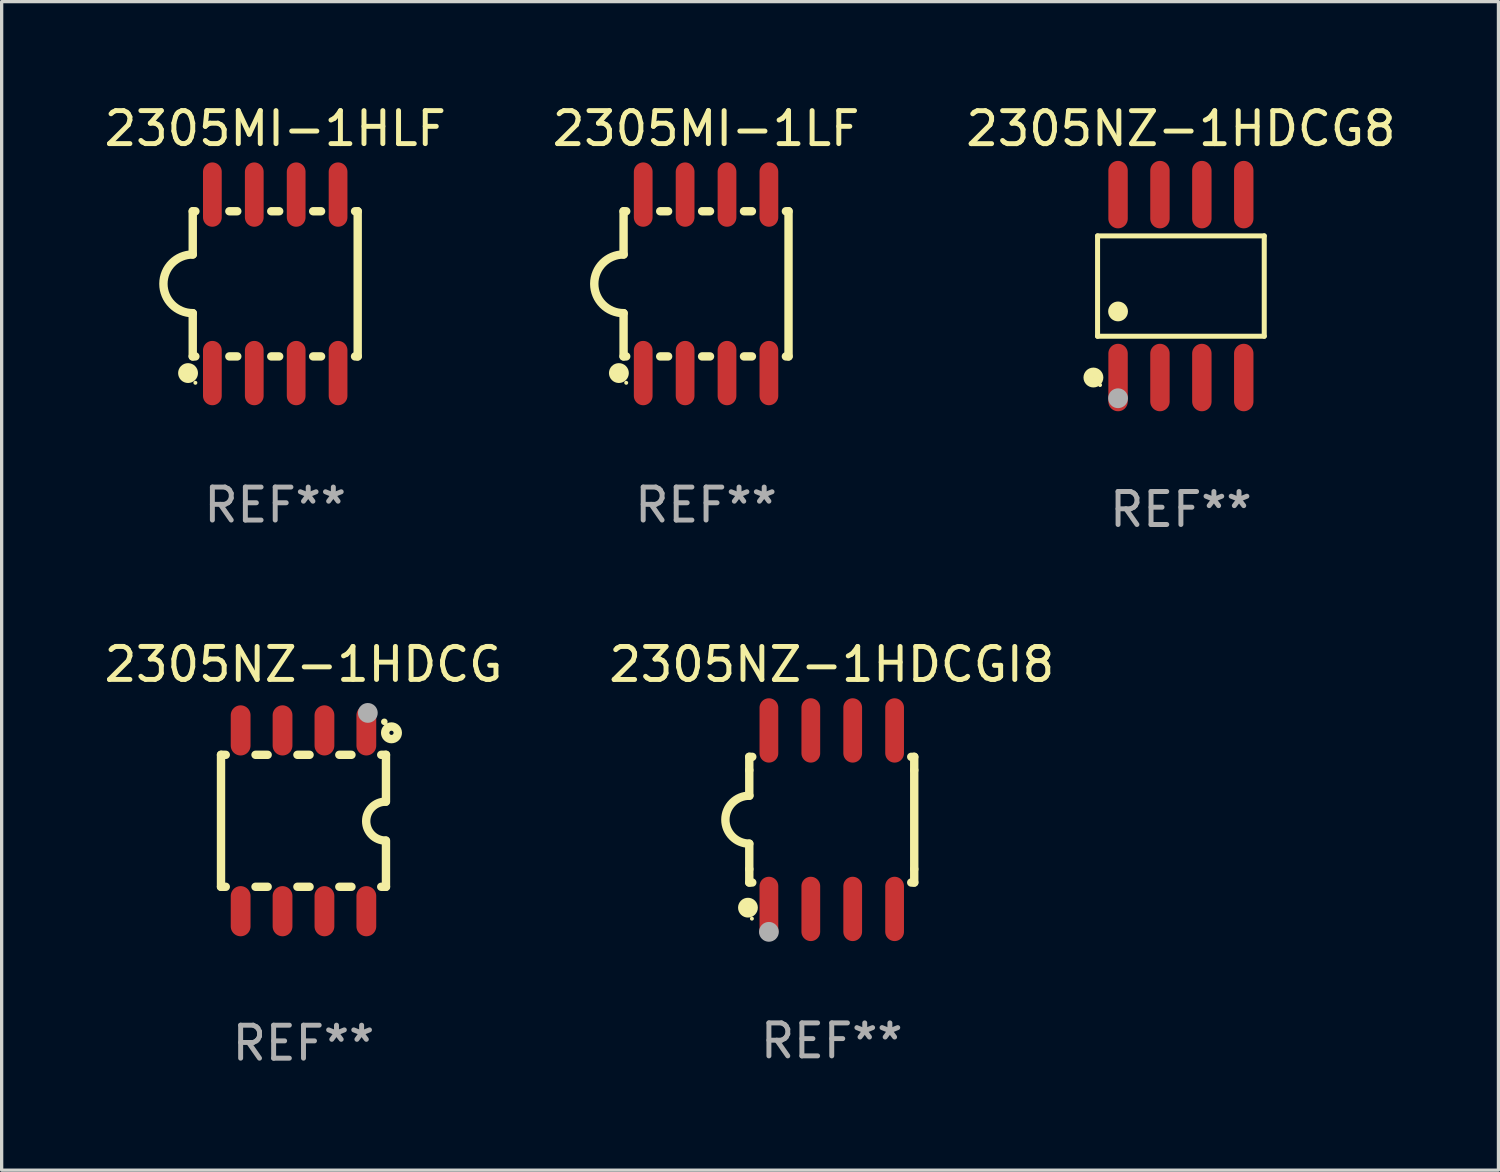
<source format=kicad_pcb>
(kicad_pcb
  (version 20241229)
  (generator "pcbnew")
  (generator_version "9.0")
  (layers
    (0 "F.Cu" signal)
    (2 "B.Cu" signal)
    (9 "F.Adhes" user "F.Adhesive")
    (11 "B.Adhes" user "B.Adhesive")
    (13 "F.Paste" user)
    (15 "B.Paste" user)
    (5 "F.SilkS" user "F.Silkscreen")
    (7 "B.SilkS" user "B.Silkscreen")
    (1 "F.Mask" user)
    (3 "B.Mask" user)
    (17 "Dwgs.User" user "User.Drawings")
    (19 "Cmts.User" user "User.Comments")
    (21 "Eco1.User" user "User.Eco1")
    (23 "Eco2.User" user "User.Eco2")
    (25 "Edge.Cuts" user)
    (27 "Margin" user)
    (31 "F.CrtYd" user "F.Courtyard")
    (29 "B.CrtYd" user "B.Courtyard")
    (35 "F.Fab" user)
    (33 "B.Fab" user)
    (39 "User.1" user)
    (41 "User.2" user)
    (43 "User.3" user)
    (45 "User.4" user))
  (footprint "2305NZ-1HDCG8"
    (layer "F.Cu")
    (at 32.744 5.621)
    (property "Reference" "2305NZ-1HDCG8" (at 0 -4.772 0) (layer "F.SilkS") (effects (font (size 1 1) (thickness 0.15))))
    (attr through_hole)
    (fp_line (start -2.526 -1.521) (end 2.526 -1.521) (stroke (width 0.152) (type solid)) (layer "F.SilkS"))
    (fp_line (start -2.526 1.521) (end -2.526 -1.521) (stroke (width 0.152) (type solid)) (layer "F.SilkS"))
    (fp_line (start 2.526 -1.521) (end 2.526 1.521) (stroke (width 0.152) (type solid)) (layer "F.SilkS"))
    (fp_line (start 2.526 1.521) (end -2.526 1.521) (stroke (width 0.152) (type solid)) (layer "F.SilkS"))
    (fp_circle (center -2.652 2.772) (end -2.501 2.772) (stroke (width 0.3) (type solid)) (fill no) (layer "F.SilkS"))
    (fp_circle (center -2.45 3) (end -2.42 3) (stroke (width 0.06) (type solid)) (fill no) (layer "F.SilkS"))
    (fp_circle (center -1.905 0.769) (end -1.755 0.769) (stroke (width 0.3) (type solid)) (fill no) (layer "F.SilkS"))
    (fp_circle (center -1.905 3.4) (end -1.755 3.4) (stroke (width 0.3) (type solid)) (fill no) (layer "F.Fab"))
    (fp_text user "REF**" (at 0 6.772 0) (layer "F.Fab") (effects (font (size 1 1) (thickness 0.15))))
    (pad "1" smd oval (at -1.905 2.772) (size 0.588 2.045) (layers "F.Cu" "F.Mask" "F.Paste"))
    (pad "2" smd oval (at -0.635 2.772) (size 0.588 2.045) (layers "F.Cu" "F.Mask" "F.Paste"))
    (pad "3" smd oval (at 0.635 2.772) (size 0.588 2.045) (layers "F.Cu" "F.Mask" "F.Paste"))
    (pad "4" smd oval (at 1.905 2.772) (size 0.588 2.045) (layers "F.Cu" "F.Mask" "F.Paste"))
    (pad "5" smd oval (at 1.905 -2.772) (size 0.588 2.045) (layers "F.Cu" "F.Mask" "F.Paste"))
    (pad "6" smd oval (at 0.635 -2.772) (size 0.588 2.045) (layers "F.Cu" "F.Mask" "F.Paste"))
    (pad "7" smd oval (at -0.635 -2.772) (size 0.588 2.045) (layers "F.Cu" "F.Mask" "F.Paste"))
    (pad "8" smd oval (at -1.905 -2.772) (size 0.588 2.045) (layers "F.Cu" "F.Mask" "F.Paste")))
  (footprint "2305MI-1HLF"
    (layer "F.Cu")
    (at 5.292 5.553)
    (property "Reference" "2305MI-1HLF" (at 0 -4.705 0) (layer "F.SilkS") (effects (font (size 1 1) (thickness 0.15))))
    (attr through_hole)
    (fp_line (start -2.5 -2.2) (end -2.5 -0.889) (stroke (width 0.254) (type solid)) (layer "F.SilkS"))
    (fp_line (start -2.5 2.2) (end -2.5 0.889) (stroke (width 0.254) (type solid)) (layer "F.SilkS"))
    (fp_line (start -2.42 -2.2) (end -2.5 -2.2) (stroke (width 0.254) (type solid)) (layer "F.SilkS"))
    (fp_line (start -2.42 2.2) (end -2.5 2.2) (stroke (width 0.254) (type solid)) (layer "F.SilkS"))
    (fp_line (start -1.15 -2.2) (end -1.39 -2.2) (stroke (width 0.254) (type solid)) (layer "F.SilkS"))
    (fp_line (start -1.15 2.2) (end -1.39 2.2) (stroke (width 0.254) (type solid)) (layer "F.SilkS"))
    (fp_line (start 0.12 -2.2) (end -0.12 -2.2) (stroke (width 0.254) (type solid)) (layer "F.SilkS"))
    (fp_line (start 0.12 2.2) (end -0.12 2.2) (stroke (width 0.254) (type solid)) (layer "F.SilkS"))
    (fp_line (start 1.39 -2.2) (end 1.15 -2.2) (stroke (width 0.254) (type solid)) (layer "F.SilkS"))
    (fp_line (start 1.39 2.2) (end 1.15 2.2) (stroke (width 0.254) (type solid)) (layer "F.SilkS"))
    (fp_line (start 2.5 -2.2) (end 2.42 -2.2) (stroke (width 0.254) (type solid)) (layer "F.SilkS"))
    (fp_line (start 2.5 -2.2) (end 2.5 2.2) (stroke (width 0.254) (type solid)) (layer "F.SilkS"))
    (fp_line (start 2.5 2.2) (end 2.42 2.2) (stroke (width 0.254) (type solid)) (layer "F.SilkS"))
    (fp_arc (start -2.5 0.889002) (mid -3.388367 -0.000318) (end -2.499365 -0.889002) (stroke (width 0.254001) (type solid)) (layer "F.SilkS"))
    (fp_circle (center -2.642 2.705) (end -2.491 2.705) (stroke (width 0.3) (type solid)) (fill no) (layer "F.SilkS"))
    (fp_circle (center -2.42 3) (end -2.39 3) (stroke (width 0.06) (type solid)) (fill no) (layer "F.SilkS"))
    (fp_text user "REF**" (at 0 6.705 0) (layer "F.Fab") (effects (font (size 1 1) (thickness 0.15))))
    (pad "1" smd oval (at -1.905 2.705) (size 0.568 1.95) (layers "F.Cu" "F.Mask" "F.Paste"))
    (pad "2" smd oval (at -0.635 2.705) (size 0.568 1.95) (layers "F.Cu" "F.Mask" "F.Paste"))
    (pad "3" smd oval (at 0.635 2.705) (size 0.568 1.95) (layers "F.Cu" "F.Mask" "F.Paste"))
    (pad "4" smd oval (at 1.905 2.705) (size 0.568 1.95) (layers "F.Cu" "F.Mask" "F.Paste"))
    (pad "5" smd oval (at 1.905 -2.705) (size 0.568 1.95) (layers "F.Cu" "F.Mask" "F.Paste"))
    (pad "6" smd oval (at 0.635 -2.705) (size 0.568 1.95) (layers "F.Cu" "F.Mask" "F.Paste"))
    (pad "7" smd oval (at -0.635 -2.705) (size 0.568 1.95) (layers "F.Cu" "F.Mask" "F.Paste"))
    (pad "8" smd oval (at -1.905 -2.705) (size 0.568 1.95) (layers "F.Cu" "F.Mask" "F.Paste")))
  (footprint "2305MI-1LF"
    (layer "F.Cu")
    (at 18.351 5.553)
    (property "Reference" "2305MI-1LF" (at 0 -4.705 0) (layer "F.SilkS") (effects (font (size 1 1) (thickness 0.15))))
    (attr through_hole)
    (fp_line (start -2.5 -2.2) (end -2.5 -0.889) (stroke (width 0.254) (type solid)) (layer "F.SilkS"))
    (fp_line (start -2.5 2.2) (end -2.5 0.889) (stroke (width 0.254) (type solid)) (layer "F.SilkS"))
    (fp_line (start -2.42 -2.2) (end -2.5 -2.2) (stroke (width 0.254) (type solid)) (layer "F.SilkS"))
    (fp_line (start -2.42 2.2) (end -2.5 2.2) (stroke (width 0.254) (type solid)) (layer "F.SilkS"))
    (fp_line (start -1.15 -2.2) (end -1.39 -2.2) (stroke (width 0.254) (type solid)) (layer "F.SilkS"))
    (fp_line (start -1.15 2.2) (end -1.39 2.2) (stroke (width 0.254) (type solid)) (layer "F.SilkS"))
    (fp_line (start 0.12 -2.2) (end -0.12 -2.2) (stroke (width 0.254) (type solid)) (layer "F.SilkS"))
    (fp_line (start 0.12 2.2) (end -0.12 2.2) (stroke (width 0.254) (type solid)) (layer "F.SilkS"))
    (fp_line (start 1.39 -2.2) (end 1.15 -2.2) (stroke (width 0.254) (type solid)) (layer "F.SilkS"))
    (fp_line (start 1.39 2.2) (end 1.15 2.2) (stroke (width 0.254) (type solid)) (layer "F.SilkS"))
    (fp_line (start 2.5 -2.2) (end 2.42 -2.2) (stroke (width 0.254) (type solid)) (layer "F.SilkS"))
    (fp_line (start 2.5 -2.2) (end 2.5 2.2) (stroke (width 0.254) (type solid)) (layer "F.SilkS"))
    (fp_line (start 2.5 2.2) (end 2.42 2.2) (stroke (width 0.254) (type solid)) (layer "F.SilkS"))
    (fp_arc (start -2.5 0.889002) (mid -3.388367 -0.000318) (end -2.499365 -0.889002) (stroke (width 0.254001) (type solid)) (layer "F.SilkS"))
    (fp_circle (center -2.642 2.705) (end -2.491 2.705) (stroke (width 0.3) (type solid)) (fill no) (layer "F.SilkS"))
    (fp_circle (center -2.42 3) (end -2.39 3) (stroke (width 0.06) (type solid)) (fill no) (layer "F.SilkS"))
    (fp_text user "REF**" (at 0 6.705 0) (layer "F.Fab") (effects (font (size 1 1) (thickness 0.15))))
    (pad "1" smd oval (at -1.905 2.705) (size 0.568 1.95) (layers "F.Cu" "F.Mask" "F.Paste"))
    (pad "2" smd oval (at -0.635 2.705) (size 0.568 1.95) (layers "F.Cu" "F.Mask" "F.Paste"))
    (pad "3" smd oval (at 0.635 2.705) (size 0.568 1.95) (layers "F.Cu" "F.Mask" "F.Paste"))
    (pad "4" smd oval (at 1.905 2.705) (size 0.568 1.95) (layers "F.Cu" "F.Mask" "F.Paste"))
    (pad "5" smd oval (at 1.905 -2.705) (size 0.568 1.95) (layers "F.Cu" "F.Mask" "F.Paste"))
    (pad "6" smd oval (at 0.635 -2.705) (size 0.568 1.95) (layers "F.Cu" "F.Mask" "F.Paste"))
    (pad "7" smd oval (at -0.635 -2.705) (size 0.568 1.95) (layers "F.Cu" "F.Mask" "F.Paste"))
    (pad "8" smd oval (at -1.905 -2.705) (size 0.568 1.95) (layers "F.Cu" "F.Mask" "F.Paste")))
  (footprint "2305NZ-1HDCG"
    (layer "F.Cu")
    (at 6.149 21.829)
    (property "Reference" "2305NZ-1HDCG" (at 0 -4.74 0) (layer "F.SilkS") (effects (font (size 1 1) (thickness 0.15))))
    (attr through_hole)
    (fp_line (start -2.5 2) (end -2.5 -2) (stroke (width 0.254) (type solid)) (layer "F.SilkS"))
    (fp_line (start -2.356 -2) (end -2.5 -2) (stroke (width 0.254) (type solid)) (layer "F.SilkS"))
    (fp_line (start -2.356 2) (end -2.5 2) (stroke (width 0.254) (type solid)) (layer "F.SilkS"))
    (fp_line (start -1.086 -2) (end -1.454 -2) (stroke (width 0.254) (type solid)) (layer "F.SilkS"))
    (fp_line (start -1.086 2) (end -1.454 2) (stroke (width 0.254) (type solid)) (layer "F.SilkS"))
    (fp_line (start 0.184 -2) (end -0.184 -2) (stroke (width 0.254) (type solid)) (layer "F.SilkS"))
    (fp_line (start 0.184 2) (end -0.184 2) (stroke (width 0.254) (type solid)) (layer "F.SilkS"))
    (fp_line (start 1.454 -2) (end 1.086 -2) (stroke (width 0.254) (type solid)) (layer "F.SilkS"))
    (fp_line (start 1.454 2) (end 1.086 2) (stroke (width 0.254) (type solid)) (layer "F.SilkS"))
    (fp_line (start 2.5 -2) (end 2.356 -2) (stroke (width 0.254) (type solid)) (layer "F.SilkS"))
    (fp_line (start 2.5 -0.58) (end 2.5 -2) (stroke (width 0.254) (type solid)) (layer "F.SilkS"))
    (fp_line (start 2.5 2) (end 2.356 2) (stroke (width 0.254) (type solid)) (layer "F.SilkS"))
    (fp_line (start 2.5 2) (end 2.5 0.6) (stroke (width 0.254) (type solid)) (layer "F.SilkS"))
    (fp_arc (start 2.489992 0.600051) (mid 1.901674 0.010046) (end 2.489992 -0.579959) (stroke (width 0.254001) (type solid)) (layer "F.SilkS"))
    (fp_circle (center 2.45 -3) (end 2.5 -3) (stroke (width 0.1) (type solid)) (fill no) (layer "F.SilkS"))
    (fp_circle (center 2.667 -2.667) (end 2.858 -2.667) (stroke (width 0.254) (type solid)) (fill no) (layer "F.SilkS"))
    (fp_circle (center 1.95 -3.27) (end 2.1 -3.27) (stroke (width 0.3) (type solid)) (fill no) (layer "F.Fab"))
    (fp_text user "REF**" (at 0 6.74 0) (layer "F.Fab") (effects (font (size 1 1) (thickness 0.15))))
    (pad "1" smd oval (at 1.905 -2.74) (size 0.6 1.52) (layers "F.Cu" "F.Mask" "F.Paste"))
    (pad "2" smd oval (at 0.635 -2.74) (size 0.6 1.52) (layers "F.Cu" "F.Mask" "F.Paste"))
    (pad "3" smd oval (at -0.635 -2.74) (size 0.6 1.52) (layers "F.Cu" "F.Mask" "F.Paste"))
    (pad "4" smd oval (at -1.905 -2.74) (size 0.6 1.52) (layers "F.Cu" "F.Mask" "F.Paste"))
    (pad "5" smd oval (at -1.905 2.74) (size 0.6 1.52) (layers "F.Cu" "F.Mask" "F.Paste"))
    (pad "6" smd oval (at -0.635 2.74) (size 0.6 1.52) (layers "F.Cu" "F.Mask" "F.Paste"))
    (pad "7" smd oval (at 0.635 2.74) (size 0.6 1.52) (layers "F.Cu" "F.Mask" "F.Paste"))
    (pad "8" smd oval (at 1.905 2.74) (size 0.6 1.52) (layers "F.Cu" "F.Mask" "F.Paste")))
  (footprint "2305NZ-1HDCGI8"
    (layer "F.Cu")
    (at 22.161 21.795)
    (property "Reference" "2305NZ-1HDCGI8" (at 0 -4.705 0) (layer "F.SilkS") (effects (font (size 1 1) (thickness 0.15))))
    (attr through_hole)
    (fp_line (start -2.5 -1.905) (end -2.409 -1.905) (stroke (width 0.254) (type solid)) (layer "F.SilkS"))
    (fp_line (start -2.5 -1.5) (end -2.5 -1.905) (stroke (width 0.254) (type solid)) (layer "F.SilkS"))
    (fp_line (start -2.5 -1.5) (end -2.5 -0.726) (stroke (width 0.254) (type solid)) (layer "F.SilkS"))
    (fp_line (start -2.5 1.5) (end -2.5 0.727) (stroke (width 0.254) (type solid)) (layer "F.SilkS"))
    (fp_line (start -2.5 1.5) (end -2.5 1.905) (stroke (width 0.254) (type solid)) (layer "F.SilkS"))
    (fp_line (start -2.5 1.905) (end -2.409 1.905) (stroke (width 0.254) (type solid)) (layer "F.SilkS"))
    (fp_line (start 2.5 -1.905) (end 2.409 -1.905) (stroke (width 0.254) (type solid)) (layer "F.SilkS"))
    (fp_line (start 2.5 -1.5) (end 2.5 -1.905) (stroke (width 0.254) (type solid)) (layer "F.SilkS"))
    (fp_line (start 2.5 -1.5) (end 2.5 1.5) (stroke (width 0.254) (type solid)) (layer "F.SilkS"))
    (fp_line (start 2.5 1.5) (end 2.5 1.905) (stroke (width 0.254) (type solid)) (layer "F.SilkS"))
    (fp_line (start 2.5 1.905) (end 2.409 1.905) (stroke (width 0.254) (type solid)) (layer "F.SilkS"))
    (fp_arc (start -2.5 0.726568) (mid -3.220316 -0.0023) (end -2.495097 -0.726289) (stroke (width 0.254001) (type solid)) (layer "F.SilkS"))
    (fp_circle (center -2.54 2.667) (end -2.39 2.667) (stroke (width 0.3) (type solid)) (fill no) (layer "F.SilkS"))
    (fp_circle (center -2.42 3) (end -2.39 3) (stroke (width 0.06) (type solid)) (fill no) (layer "F.SilkS"))
    (fp_circle (center -1.905 3.4) (end -1.755 3.4) (stroke (width 0.3) (type solid)) (fill no) (layer "F.Fab"))
    (fp_text user "REF**" (at 0 6.705 0) (layer "F.Fab") (effects (font (size 1 1) (thickness 0.15))))
    (pad "1" smd oval (at -1.905 2.705) (size 0.568 1.95) (layers "F.Cu" "F.Mask" "F.Paste"))
    (pad "2" smd oval (at -0.635 2.705) (size 0.568 1.95) (layers "F.Cu" "F.Mask" "F.Paste"))
    (pad "3" smd oval (at 0.635 2.705) (size 0.568 1.95) (layers "F.Cu" "F.Mask" "F.Paste"))
    (pad "4" smd oval (at 1.905 2.705) (size 0.568 1.95) (layers "F.Cu" "F.Mask" "F.Paste"))
    (pad "5" smd oval (at 1.905 -2.705) (size 0.568 1.95) (layers "F.Cu" "F.Mask" "F.Paste"))
    (pad "6" smd oval (at 0.635 -2.705) (size 0.568 1.95) (layers "F.Cu" "F.Mask" "F.Paste"))
    (pad "7" smd oval (at -0.635 -2.705) (size 0.568 1.95) (layers "F.Cu" "F.Mask" "F.Paste"))
    (pad "8" smd oval (at -1.905 -2.705) (size 0.568 1.95) (layers "F.Cu" "F.Mask" "F.Paste")))
  (gr_rect
    (start -3 -3)
    (end 42.369 32.418)
    (stroke (width 0.1) (type default))
    (fill no)
    (layer "Edge.Cuts")))
</source>
